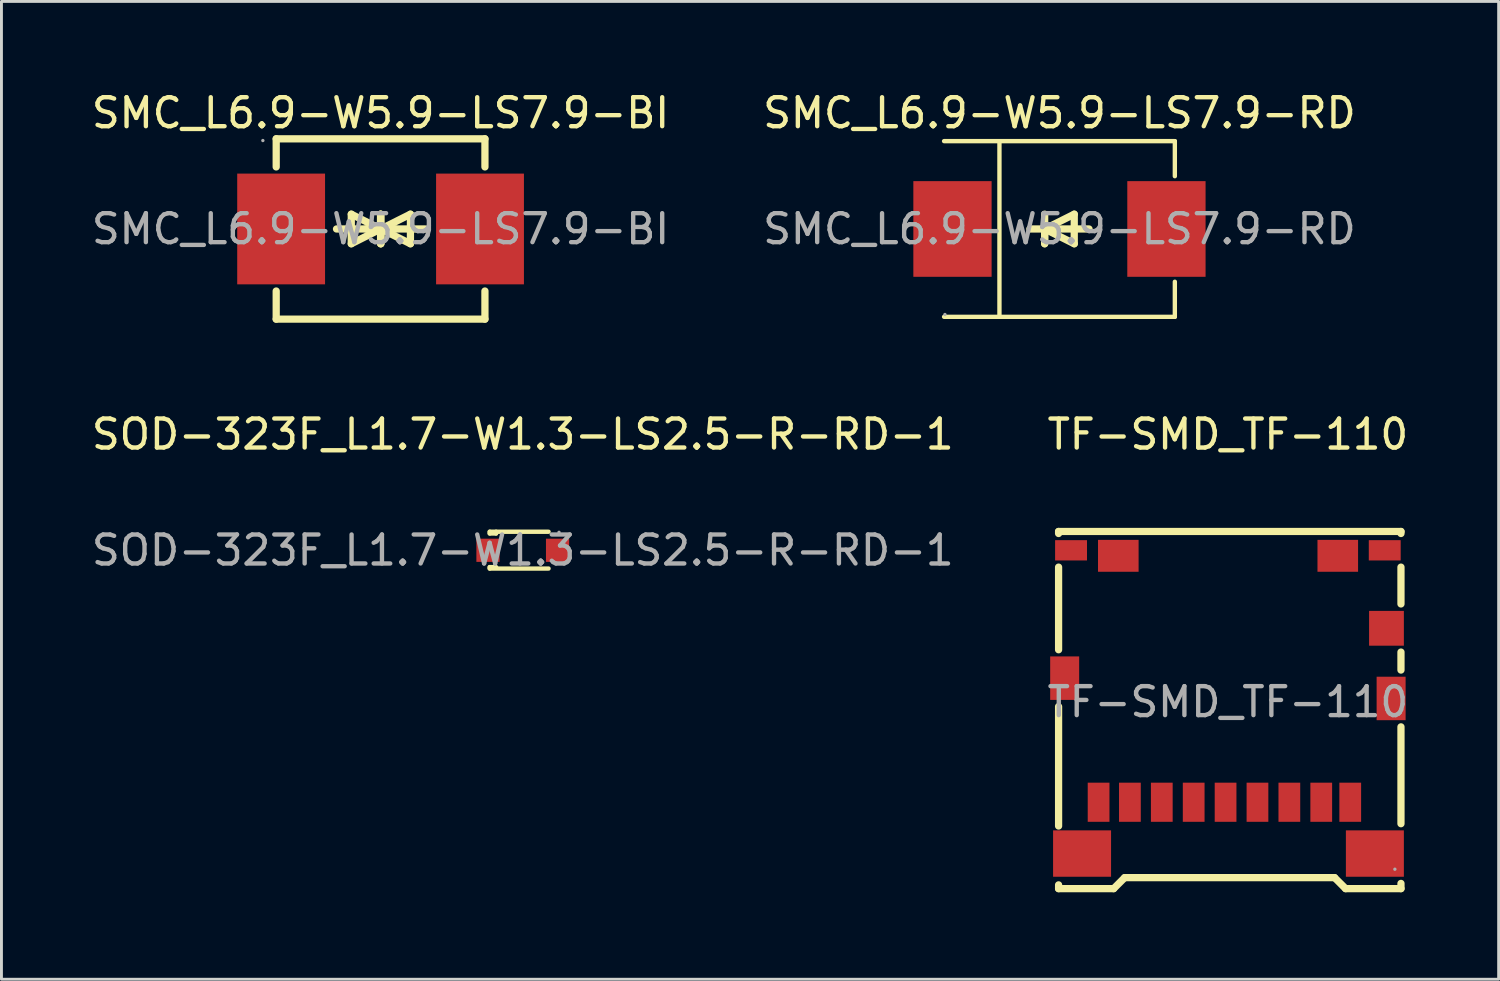
<source format=kicad_pcb>
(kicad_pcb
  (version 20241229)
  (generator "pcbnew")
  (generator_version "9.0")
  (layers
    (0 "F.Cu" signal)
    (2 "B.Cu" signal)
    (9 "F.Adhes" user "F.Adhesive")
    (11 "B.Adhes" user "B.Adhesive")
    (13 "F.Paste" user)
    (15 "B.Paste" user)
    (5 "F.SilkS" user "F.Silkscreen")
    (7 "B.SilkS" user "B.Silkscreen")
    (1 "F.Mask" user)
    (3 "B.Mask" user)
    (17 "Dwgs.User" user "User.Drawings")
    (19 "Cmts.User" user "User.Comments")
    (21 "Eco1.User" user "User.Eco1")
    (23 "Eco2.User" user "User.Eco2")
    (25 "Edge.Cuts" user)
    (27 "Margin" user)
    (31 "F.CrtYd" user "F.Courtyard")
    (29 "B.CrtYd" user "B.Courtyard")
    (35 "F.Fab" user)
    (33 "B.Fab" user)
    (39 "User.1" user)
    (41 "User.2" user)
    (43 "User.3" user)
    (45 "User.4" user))
  (footprint "SOD-323F_L1.7-W1.3-LS2.5-R-RD-1"
    (layer "F.Cu")
    (at 14.982 15.931)
    (property "Reference" "SOD-323F_L1.7-W1.3-LS2.5-R-RD-1" (at 0 -4 0) (layer "F.SilkS") (effects (font (size 1 1) (thickness 0.15))))
    (attr smd)
    (fp_line (start -1.14 -0.64) (end -1.14 -0.58) (stroke (width 0.15) (type solid)) (layer "F.SilkS"))
    (fp_line (start -1.14 -0.58) (end -0.92 -0.58) (stroke (width 0.15) (type solid)) (layer "F.SilkS"))
    (fp_line (start -1.14 0.58) (end -1.14 0.63) (stroke (width 0.15) (type solid)) (layer "F.SilkS"))
    (fp_line (start -1.14 0.58) (end -0.92 0.58) (stroke (width 0.15) (type solid)) (layer "F.SilkS"))
    (fp_line (start -1.14 0.63) (end 0.89 0.63) (stroke (width 0.15) (type solid)) (layer "F.SilkS"))
    (fp_line (start -0.92 -0.58) (end -0.92 -0.64) (stroke (width 0.15) (type solid)) (layer "F.SilkS"))
    (fp_line (start 0.89 -0.64) (end -1.14 -0.64) (stroke (width 0.15) (type solid)) (layer "F.SilkS"))
    (fp_circle (center 1.25 -0.62) (end 1.28 -0.62) (stroke (width 0.06) (type solid)) (fill no) (layer "F.Fab"))
    (fp_text user "${REFERENCE}" (at 0 0 0) (layer "F.Fab") (effects (font (size 1 1) (thickness 0.15))))
    (pad "1" smd rect (at 1.2 0) (size 0.8 0.8) (layers "F.Cu" "F.Mask" "F.Paste"))
    (pad "2" smd rect (at -1.2 0) (size 0.8 0.8) (layers "F.Cu" "F.Mask" "F.Paste")))
  (footprint "SMC_L6.9-W5.9-LS7.9-RD"
    (layer "F.Cu")
    (at 33.494 4.848)
    (property "Reference" "SMC_L6.9-W5.9-LS7.9-RD" (at 0 -4 0) (layer "F.SilkS") (effects (font (size 1 1) (thickness 0.15))))
    (attr through_hole)
    (fp_line (start -3.98 -3.03) (end 3.98 -3.03) (stroke (width 0.15) (type solid)) (layer "F.SilkS"))
    (fp_line (start -3.98 3.03) (end 3.98 3.03) (stroke (width 0.15) (type solid)) (layer "F.SilkS"))
    (fp_line (start -2.07 -3.03) (end -2.07 3.03) (stroke (width 0.15) (type solid)) (layer "F.SilkS"))
    (fp_line (start -0.51 0) (end -0.51 0.51) (stroke (width 0.25) (type solid)) (layer "F.SilkS"))
    (fp_line (start -0.51 0) (end 0.51 0.51) (stroke (width 0.25) (type solid)) (layer "F.SilkS"))
    (fp_line (start -0.51 0.51) (end -0.51 -0.51) (stroke (width 0.25) (type solid)) (layer "F.SilkS"))
    (fp_line (start 0.51 -0.51) (end -0.51 0) (stroke (width 0.25) (type solid)) (layer "F.SilkS"))
    (fp_line (start 0.51 0.51) (end 0.51 -0.51) (stroke (width 0.25) (type solid)) (layer "F.SilkS"))
    (fp_line (start 1.02 0) (end -1.02 0) (stroke (width 0.25) (type solid)) (layer "F.SilkS"))
    (fp_line (start 3.98 -3.03) (end 3.98 -1.82) (stroke (width 0.15) (type solid)) (layer "F.SilkS"))
    (fp_line (start 3.98 3.03) (end 3.98 1.82) (stroke (width 0.15) (type solid)) (layer "F.SilkS"))
    (fp_circle (center -3.95 2.95) (end -3.92 2.95) (stroke (width 0.06) (type solid)) (fill no) (layer "F.Fab"))
    (fp_text user "${REFERENCE}" (at 0 0 0) (layer "F.Fab") (effects (font (size 1 1) (thickness 0.15))))
    (pad "1" smd rect (at -3.69 0) (size 2.7 3.3) (layers "F.Cu" "F.Mask" "F.Paste"))
    (pad "2" smd rect (at 3.69 0) (size 2.7 3.3) (layers "F.Cu" "F.Mask" "F.Paste")))
  (footprint "TF-SMD_TF-110"
    (layer "F.Cu")
    (at 39.304 21.162)
    (property "Reference" "TF-SMD_TF-110" (at 0 -9.23 0) (layer "F.SilkS") (effects (font (size 1 1) (thickness 0.15))))
    (attr smd)
    (fp_line (start -5.84 -5.88) (end 5.97 -5.88) (stroke (width 0.25) (type solid)) (layer "F.SilkS"))
    (fp_line (start -5.84 -5.81) (end -5.84 -5.88) (stroke (width 0.25) (type solid)) (layer "F.SilkS"))
    (fp_line (start -5.84 -1.8) (end -5.84 -4.65) (stroke (width 0.25) (type solid)) (layer "F.SilkS"))
    (fp_line (start -5.84 4.28) (end -5.84 0.16) (stroke (width 0.25) (type solid)) (layer "F.SilkS"))
    (fp_line (start -5.84 6.44) (end -5.84 6.31) (stroke (width 0.25) (type solid)) (layer "F.SilkS"))
    (fp_line (start -3.94 6.44) (end -5.84 6.44) (stroke (width 0.25) (type solid)) (layer "F.SilkS"))
    (fp_line (start -3.56 6.06) (end -3.94 6.44) (stroke (width 0.25) (type solid)) (layer "F.SilkS"))
    (fp_line (start 3.68 6.06) (end -3.56 6.06) (stroke (width 0.25) (type solid)) (layer "F.SilkS"))
    (fp_line (start 4.06 6.44) (end 3.68 6.06) (stroke (width 0.25) (type solid)) (layer "F.SilkS"))
    (fp_line (start 5.97 -5.88) (end 5.97 -5.81) (stroke (width 0.25) (type solid)) (layer "F.SilkS"))
    (fp_line (start 5.97 -4.65) (end 5.97 -3.38) (stroke (width 0.25) (type solid)) (layer "F.SilkS"))
    (fp_line (start 5.97 -1.72) (end 5.97 -1.1) (stroke (width 0.25) (type solid)) (layer "F.SilkS"))
    (fp_line (start 5.97 0.86) (end 5.97 4.2) (stroke (width 0.25) (type solid)) (layer "F.SilkS"))
    (fp_line (start 5.97 6.26) (end 5.97 6.44) (stroke (width 0.25) (type solid)) (layer "F.SilkS"))
    (fp_line (start 5.97 6.44) (end 4.06 6.44) (stroke (width 0.25) (type solid)) (layer "F.SilkS"))
    (fp_circle (center 5.76 5.77) (end 5.79 5.77) (stroke (width 0.06) (type solid)) (fill no) (layer "F.Fab"))
    (fp_text user "${REFERENCE}" (at 0 0 0) (layer "F.Fab") (effects (font (size 1 1) (thickness 0.15))))
    (pad "1" smd rect (at 3.22 3.46) (size 0.75 1.35) (layers "F.Cu" "F.Mask" "F.Paste"))
    (pad "2" smd rect (at 2.12 3.46) (size 0.75 1.35) (layers "F.Cu" "F.Mask" "F.Paste"))
    (pad "3" smd rect (at 1.02 3.46) (size 0.75 1.35) (layers "F.Cu" "F.Mask" "F.Paste"))
    (pad "4" smd rect (at -0.08 3.46) (size 0.75 1.35) (layers "F.Cu" "F.Mask" "F.Paste"))
    (pad "5" smd rect (at -1.18 3.46) (size 0.75 1.35) (layers "F.Cu" "F.Mask" "F.Paste"))
    (pad "6" smd rect (at -2.28 3.46) (size 0.75 1.35) (layers "F.Cu" "F.Mask" "F.Paste"))
    (pad "7" smd rect (at -3.38 3.46) (size 0.75 1.35) (layers "F.Cu" "F.Mask" "F.Paste"))
    (pad "8" smd rect (at -4.46 3.46) (size 0.75 1.35) (layers "F.Cu" "F.Mask" "F.Paste"))
    (pad "9" smd rect (at 4.22 3.46) (size 0.75 1.35) (layers "F.Cu" "F.Mask" "F.Paste"))
    (pad "10" smd rect (at 5.47 -2.54) (size 1.2 1.2) (layers "F.Cu" "F.Mask" "F.Paste"))
    (pad "11" smd rect (at 5.41 -5.23) (size 1.1 0.7) (layers "F.Cu" "F.Mask" "F.Paste"))
    (pad "12" smd rect (at 3.79 -5.04) (size 1.4 1.1) (layers "F.Cu" "F.Mask" "F.Paste"))
    (pad "13" smd rect (at -3.78 -5.04) (size 1.4 1.1) (layers "F.Cu" "F.Mask" "F.Paste"))
    (pad "14" smd rect (at -5.41 -5.23) (size 1.1 0.7) (layers "F.Cu" "F.Mask" "F.Paste"))
    (pad "15" smd rect (at -5.63 -0.82) (size 1 1.5) (layers "F.Cu" "F.Mask" "F.Paste"))
    (pad "16" smd rect (at -5.03 5.23) (size 2 1.6) (layers "F.Cu" "F.Mask" "F.Paste"))
    (pad "17" smd rect (at 5.07 5.23) (size 2 1.6) (layers "F.Cu" "F.Mask" "F.Paste"))
    (pad "18" smd rect (at 5.63 -0.12) (size 1 1.5) (layers "F.Cu" "F.Mask" "F.Paste")))
  (footprint "SMC_L6.9-W5.9-LS7.9-BI"
    (layer "F.Cu")
    (at 10.077 4.848)
    (property "Reference" "SMC_L6.9-W5.9-LS7.9-BI" (at 0 -4 0) (layer "F.SilkS") (effects (font (size 1 1) (thickness 0.15))))
    (attr smd)
    (fp_line (start -3.6 -2.14) (end -3.6 -3.11) (stroke (width 0.25) (type solid)) (layer "F.SilkS"))
    (fp_line (start -3.6 3.11) (end -3.6 2.14) (stroke (width 0.25) (type solid)) (layer "F.SilkS"))
    (fp_line (start -1.52 0) (end 0.51 0) (stroke (width 0.25) (type solid)) (layer "F.SilkS"))
    (fp_line (start -1.01 -0.51) (end -1.01 0.51) (stroke (width 0.25) (type solid)) (layer "F.SilkS"))
    (fp_line (start -1.01 0.51) (end 0 0) (stroke (width 0.25) (type solid)) (layer "F.SilkS"))
    (fp_line (start 0 -0.51) (end 0 0.51) (stroke (width 0.25) (type solid)) (layer "F.SilkS"))
    (fp_line (start 0 0) (end -1.01 -0.51) (stroke (width 0.25) (type solid)) (layer "F.SilkS"))
    (fp_line (start 0 0) (end 0 -0.51) (stroke (width 0.25) (type solid)) (layer "F.SilkS"))
    (fp_line (start 0.01 0) (end 0.01 0.51) (stroke (width 0.25) (type solid)) (layer "F.SilkS"))
    (fp_line (start 0.01 0) (end 1.03 0.51) (stroke (width 0.25) (type solid)) (layer "F.SilkS"))
    (fp_line (start 0.01 0.51) (end 0.01 -0.51) (stroke (width 0.25) (type solid)) (layer "F.SilkS"))
    (fp_line (start 1.03 -0.51) (end 0.01 0) (stroke (width 0.25) (type solid)) (layer "F.SilkS"))
    (fp_line (start 1.03 0.51) (end 1.03 -0.51) (stroke (width 0.25) (type solid)) (layer "F.SilkS"))
    (fp_line (start 1.54 0) (end -0.5 0) (stroke (width 0.25) (type solid)) (layer "F.SilkS"))
    (fp_line (start 3.6 -3.11) (end -3.6 -3.11) (stroke (width 0.25) (type solid)) (layer "F.SilkS"))
    (fp_line (start 3.6 -2.14) (end 3.6 -3.11) (stroke (width 0.25) (type solid)) (layer "F.SilkS"))
    (fp_line (start 3.6 3.11) (end -3.6 3.11) (stroke (width 0.25) (type solid)) (layer "F.SilkS"))
    (fp_line (start 3.6 3.11) (end 3.6 2.14) (stroke (width 0.25) (type solid)) (layer "F.SilkS"))
    (fp_circle (center -4.06 -3.05) (end -4.03 -3.05) (stroke (width 0.06) (type solid)) (fill no) (layer "F.Fab"))
    (fp_text user "${REFERENCE}" (at 0 0 0) (layer "F.Fab") (effects (font (size 1 1) (thickness 0.15))))
    (pad "1" smd rect (at -3.43 0) (size 3.03 3.82) (layers "F.Cu" "F.Mask" "F.Paste"))
    (pad "2" smd rect (at 3.43 0) (size 3.03 3.82) (layers "F.Cu" "F.Mask" "F.Paste")))
  (gr_rect
    (start -3 -3)
    (end 48.643 30.727)
    (stroke (width 0.1) (type default))
    (fill no)
    (layer "Edge.Cuts")))
</source>
